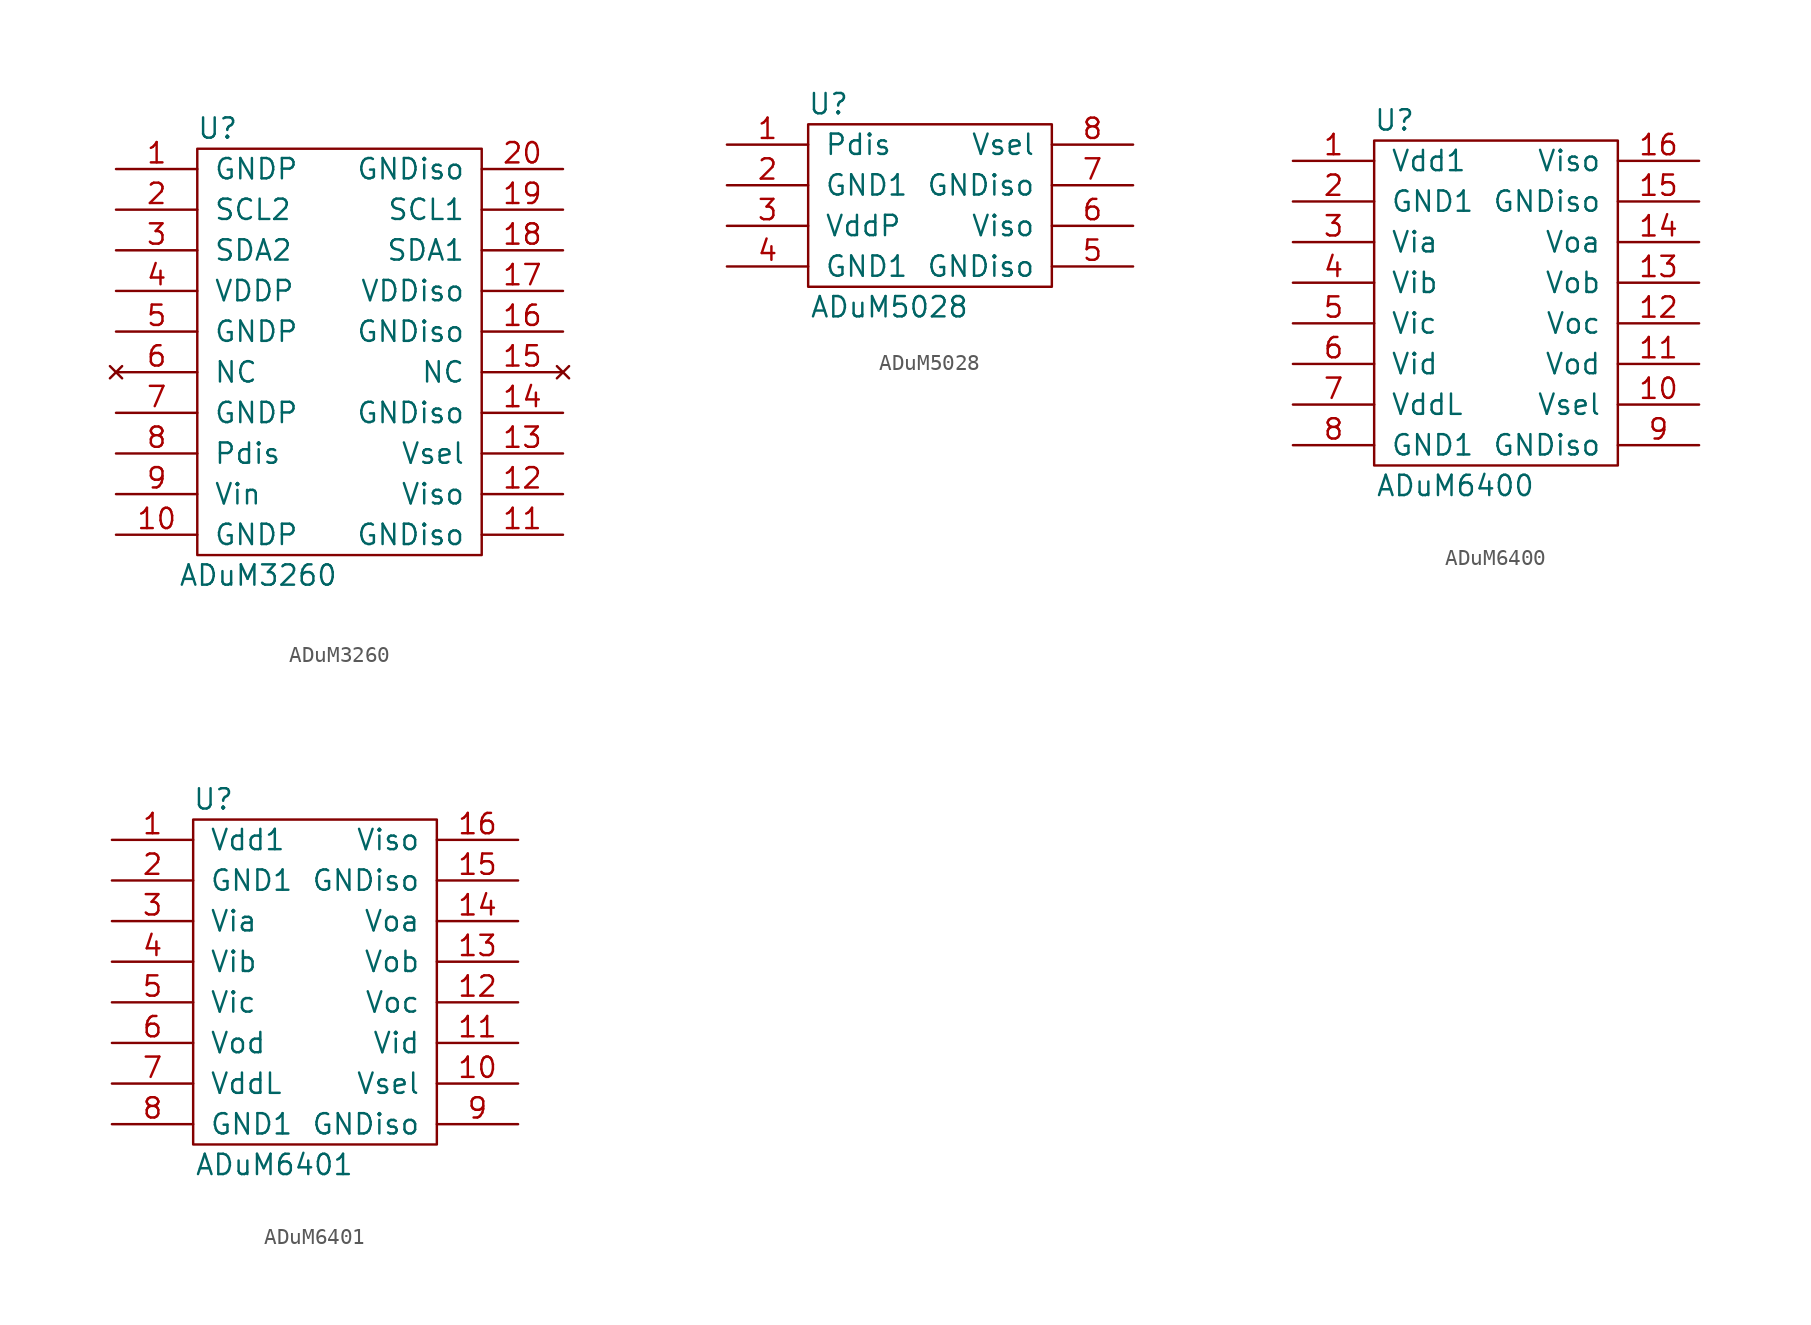
<source format=kicad_sym>
(kicad_symbol_lib
  (version 20211014)
  (generator kicad_symbol_editor)
  (symbol "ADuM3260"
    (pin_names
      (offset 1.016))
    (property "Reference" "U"
      (at -7.62 13.97 0)
      (effects (font (size 1.27 1.27))))
    (property "Value" "ADuM3260"
      (at -5.08 -13.97 0)
      (effects (font (size 1.27 1.27))))
    (symbol "ADuM3260_0_1"
      (rectangle (start -8.89 12.7) (end 8.89 -12.7) (stroke (width 0) (type default) (color 0 0 0 0)) (fill (type none))))
    (symbol "ADuM3260_1_1"
      (pin power_in line (at -13.97 11.43 0) (length 5.08) (name "GNDP" (effects (font (size 1.27 1.27)))) (number "1" (effects (font (size 1.27 1.27)))))
      (pin power_in line (at -13.97 -11.43 0) (length 5.08) (name "GNDP" (effects (font (size 1.27 1.27)))) (number "10" (effects (font (size 1.27 1.27)))))
      (pin power_out line (at 13.97 -11.43 180) (length 5.08) (name "GNDiso" (effects (font (size 1.27 1.27)))) (number "11" (effects (font (size 1.27 1.27)))))
      (pin power_out line (at 13.97 -8.89 180) (length 5.08) (name "Viso" (effects (font (size 1.27 1.27)))) (number "12" (effects (font (size 1.27 1.27)))))
      (pin bidirectional line (at 13.97 -6.35 180) (length 5.08) (name "Vsel" (effects (font (size 1.27 1.27)))) (number "13" (effects (font (size 1.27 1.27)))))
      (pin power_out line (at 13.97 -3.81 180) (length 5.08) (name "GNDiso" (effects (font (size 1.27 1.27)))) (number "14" (effects (font (size 1.27 1.27)))))
      (pin no_connect line (at 13.97 -1.27 180) (length 5.08) (name "NC" (effects (font (size 1.27 1.27)))) (number "15" (effects (font (size 1.27 1.27)))))
      (pin power_out line (at 13.97 1.27 180) (length 5.08) (name "GNDiso" (effects (font (size 1.27 1.27)))) (number "16" (effects (font (size 1.27 1.27)))))
      (pin power_out line (at 13.97 3.81 180) (length 5.08) (name "VDDiso" (effects (font (size 1.27 1.27)))) (number "17" (effects (font (size 1.27 1.27)))))
      (pin bidirectional line (at 13.97 6.35 180) (length 5.08) (name "SDA1" (effects (font (size 1.27 1.27)))) (number "18" (effects (font (size 1.27 1.27)))))
      (pin output line (at 13.97 8.89 180) (length 5.08) (name "SCL1" (effects (font (size 1.27 1.27)))) (number "19" (effects (font (size 1.27 1.27)))))
      (pin input line (at -13.97 8.89 0) (length 5.08) (name "SCL2" (effects (font (size 1.27 1.27)))) (number "2" (effects (font (size 1.27 1.27)))))
      (pin power_out line (at 13.97 11.43 180) (length 5.08) (name "GNDiso" (effects (font (size 1.27 1.27)))) (number "20" (effects (font (size 1.27 1.27)))))
      (pin bidirectional line (at -13.97 6.35 0) (length 5.08) (name "SDA2" (effects (font (size 1.27 1.27)))) (number "3" (effects (font (size 1.27 1.27)))))
      (pin power_in line (at -13.97 3.81 0) (length 5.08) (name "VDDP" (effects (font (size 1.27 1.27)))) (number "4" (effects (font (size 1.27 1.27)))))
      (pin power_in line (at -13.97 1.27 0) (length 5.08) (name "GNDP" (effects (font (size 1.27 1.27)))) (number "5" (effects (font (size 1.27 1.27)))))
      (pin no_connect line (at -13.97 -1.27 0) (length 5.08) (name "NC" (effects (font (size 1.27 1.27)))) (number "6" (effects (font (size 1.27 1.27)))))
      (pin power_in line (at -13.97 -3.81 0) (length 5.08) (name "GNDP" (effects (font (size 1.27 1.27)))) (number "7" (effects (font (size 1.27 1.27)))))
      (pin bidirectional line (at -13.97 -6.35 0) (length 5.08) (name "Pdis" (effects (font (size 1.27 1.27)))) (number "8" (effects (font (size 1.27 1.27)))))
      (pin power_in line (at -13.97 -8.89 0) (length 5.08) (name "Vin" (effects (font (size 1.27 1.27)))) (number "9" (effects (font (size 1.27 1.27)))))))
  (symbol "ADuM5028"
    (pin_names
      (offset 1.016))
    (property "Reference" "U"
      (at -6.35 6.35 0)
      (effects (font (size 1.27 1.27))))
    (property "Value" "ADuM5028"
      (at -2.54 -6.35 0)
      (effects (font (size 1.27 1.27))))
    (symbol "ADuM5028_0_1"
      (rectangle (start -7.62 5.08) (end 7.62 -5.08) (stroke (width 0) (type default) (color 0 0 0 0)) (fill (type none))))
    (symbol "ADuM5028_1_1"
      (pin input line (at -12.7 3.81 0) (length 5.08) (name "Pdis" (effects (font (size 1.27 1.27)))) (number "1" (effects (font (size 1.27 1.27)))))
      (pin power_in line (at -12.7 1.27 0) (length 5.08) (name "GND1" (effects (font (size 1.27 1.27)))) (number "2" (effects (font (size 1.27 1.27)))))
      (pin power_in line (at -12.7 -1.27 0) (length 5.08) (name "VddP" (effects (font (size 1.27 1.27)))) (number "3" (effects (font (size 1.27 1.27)))))
      (pin power_in line (at -12.7 -3.81 0) (length 5.08) (name "GND1" (effects (font (size 1.27 1.27)))) (number "4" (effects (font (size 1.27 1.27)))))
      (pin power_out line (at 12.7 -3.81 180) (length 5.08) (name "GNDiso" (effects (font (size 1.27 1.27)))) (number "5" (effects (font (size 1.27 1.27)))))
      (pin power_out line (at 12.7 -1.27 180) (length 5.08) (name "Viso" (effects (font (size 1.27 1.27)))) (number "6" (effects (font (size 1.27 1.27)))))
      (pin power_out line (at 12.7 1.27 180) (length 5.08) (name "GNDiso" (effects (font (size 1.27 1.27)))) (number "7" (effects (font (size 1.27 1.27)))))
      (pin input line (at 12.7 3.81 180) (length 5.08) (name "Vsel" (effects (font (size 1.27 1.27)))) (number "8" (effects (font (size 1.27 1.27)))))))
  (symbol "ADuM6400"
    (pin_names
      (offset 1.016))
    (property "Reference" "U"
      (at -6.35 11.43 0)
      (effects (font (size 1.27 1.27))))
    (property "Value" "ADuM6400"
      (at -2.54 -11.43 0)
      (effects (font (size 1.27 1.27))))
    (symbol "ADuM6400_0_1"
      (rectangle (start -7.62 10.16) (end 7.62 -10.16) (stroke (width 0) (type default) (color 0 0 0 0)) (fill (type none))))
    (symbol "ADuM6400_1_1"
      (pin power_in line (at -12.7 8.89 0) (length 5.08) (name "Vdd1" (effects (font (size 1.27 1.27)))) (number "1" (effects (font (size 1.27 1.27)))))
      (pin power_out line (at 12.7 -6.35 180) (length 5.08) (name "Vsel" (effects (font (size 1.27 1.27)))) (number "10" (effects (font (size 1.27 1.27)))))
      (pin output line (at 12.7 -3.81 180) (length 5.08) (name "Vod" (effects (font (size 1.27 1.27)))) (number "11" (effects (font (size 1.27 1.27)))))
      (pin output line (at 12.7 -1.27 180) (length 5.08) (name "Voc" (effects (font (size 1.27 1.27)))) (number "12" (effects (font (size 1.27 1.27)))))
      (pin output line (at 12.7 1.27 180) (length 5.08) (name "Vob" (effects (font (size 1.27 1.27)))) (number "13" (effects (font (size 1.27 1.27)))))
      (pin output line (at 12.7 3.81 180) (length 5.08) (name "Voa" (effects (font (size 1.27 1.27)))) (number "14" (effects (font (size 1.27 1.27)))))
      (pin power_out line (at 12.7 6.35 180) (length 5.08) (name "GNDiso" (effects (font (size 1.27 1.27)))) (number "15" (effects (font (size 1.27 1.27)))))
      (pin power_out line (at 12.7 8.89 180) (length 5.08) (name "Viso" (effects (font (size 1.27 1.27)))) (number "16" (effects (font (size 1.27 1.27)))))
      (pin power_in line (at -12.7 6.35 0) (length 5.08) (name "GND1" (effects (font (size 1.27 1.27)))) (number "2" (effects (font (size 1.27 1.27)))))
      (pin input line (at -12.7 3.81 0) (length 5.08) (name "Via" (effects (font (size 1.27 1.27)))) (number "3" (effects (font (size 1.27 1.27)))))
      (pin input line (at -12.7 1.27 0) (length 5.08) (name "Vib" (effects (font (size 1.27 1.27)))) (number "4" (effects (font (size 1.27 1.27)))))
      (pin input line (at -12.7 -1.27 0) (length 5.08) (name "Vic" (effects (font (size 1.27 1.27)))) (number "5" (effects (font (size 1.27 1.27)))))
      (pin input line (at -12.7 -3.81 0) (length 5.08) (name "Vid" (effects (font (size 1.27 1.27)))) (number "6" (effects (font (size 1.27 1.27)))))
      (pin power_in line (at -12.7 -6.35 0) (length 5.08) (name "VddL" (effects (font (size 1.27 1.27)))) (number "7" (effects (font (size 1.27 1.27)))))
      (pin power_in line (at -12.7 -8.89 0) (length 5.08) (name "GND1" (effects (font (size 1.27 1.27)))) (number "8" (effects (font (size 1.27 1.27)))))
      (pin power_out line (at 12.7 -8.89 180) (length 5.08) (name "GNDiso" (effects (font (size 1.27 1.27)))) (number "9" (effects (font (size 1.27 1.27)))))))
  (symbol "ADuM6401"
    (pin_names
      (offset 1.016))
    (property "Reference" "U"
      (at -6.35 11.43 0)
      (effects (font (size 1.27 1.27))))
    (property "Value" "ADuM6401"
      (at -2.54 -11.43 0)
      (effects (font (size 1.27 1.27))))
    (symbol "ADuM6401_0_1"
      (rectangle (start -7.62 10.16) (end 7.62 -10.16) (stroke (width 0) (type default) (color 0 0 0 0)) (fill (type none))))
    (symbol "ADuM6401_1_1"
      (pin power_in line (at -12.7 8.89 0) (length 5.08) (name "Vdd1" (effects (font (size 1.27 1.27)))) (number "1" (effects (font (size 1.27 1.27)))))
      (pin power_out line (at 12.7 -6.35 180) (length 5.08) (name "Vsel" (effects (font (size 1.27 1.27)))) (number "10" (effects (font (size 1.27 1.27)))))
      (pin input line (at 12.7 -3.81 180) (length 5.08) (name "Vid" (effects (font (size 1.27 1.27)))) (number "11" (effects (font (size 1.27 1.27)))))
      (pin output line (at 12.7 -1.27 180) (length 5.08) (name "Voc" (effects (font (size 1.27 1.27)))) (number "12" (effects (font (size 1.27 1.27)))))
      (pin output line (at 12.7 1.27 180) (length 5.08) (name "Vob" (effects (font (size 1.27 1.27)))) (number "13" (effects (font (size 1.27 1.27)))))
      (pin output line (at 12.7 3.81 180) (length 5.08) (name "Voa" (effects (font (size 1.27 1.27)))) (number "14" (effects (font (size 1.27 1.27)))))
      (pin power_out line (at 12.7 6.35 180) (length 5.08) (name "GNDiso" (effects (font (size 1.27 1.27)))) (number "15" (effects (font (size 1.27 1.27)))))
      (pin power_out line (at 12.7 8.89 180) (length 5.08) (name "Viso" (effects (font (size 1.27 1.27)))) (number "16" (effects (font (size 1.27 1.27)))))
      (pin power_in line (at -12.7 6.35 0) (length 5.08) (name "GND1" (effects (font (size 1.27 1.27)))) (number "2" (effects (font (size 1.27 1.27)))))
      (pin input line (at -12.7 3.81 0) (length 5.08) (name "Via" (effects (font (size 1.27 1.27)))) (number "3" (effects (font (size 1.27 1.27)))))
      (pin input line (at -12.7 1.27 0) (length 5.08) (name "Vib" (effects (font (size 1.27 1.27)))) (number "4" (effects (font (size 1.27 1.27)))))
      (pin input line (at -12.7 -1.27 0) (length 5.08) (name "Vic" (effects (font (size 1.27 1.27)))) (number "5" (effects (font (size 1.27 1.27)))))
      (pin output line (at -12.7 -3.81 0) (length 5.08) (name "Vod" (effects (font (size 1.27 1.27)))) (number "6" (effects (font (size 1.27 1.27)))))
      (pin power_in line (at -12.7 -6.35 0) (length 5.08) (name "VddL" (effects (font (size 1.27 1.27)))) (number "7" (effects (font (size 1.27 1.27)))))
      (pin power_in line (at -12.7 -8.89 0) (length 5.08) (name "GND1" (effects (font (size 1.27 1.27)))) (number "8" (effects (font (size 1.27 1.27)))))
      (pin power_out line (at 12.7 -8.89 180) (length 5.08) (name "GNDiso" (effects (font (size 1.27 1.27)))) (number "9" (effects (font (size 1.27 1.27))))))))
</source>
